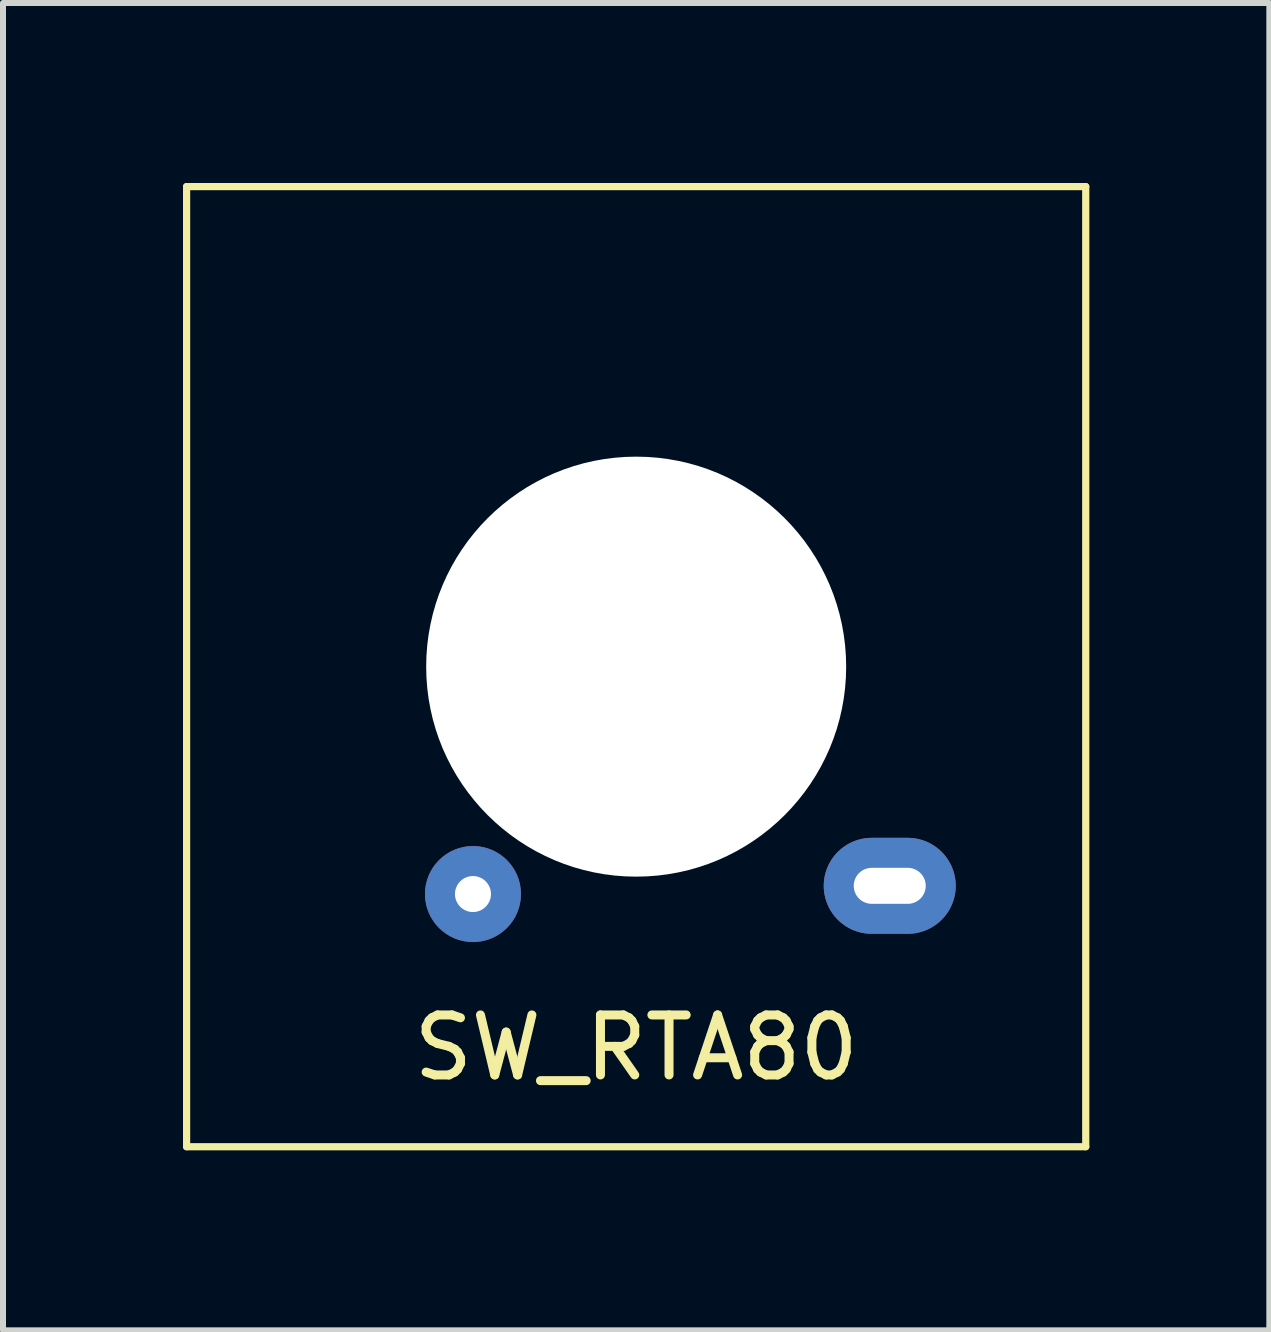
<source format=kicad_pcb>
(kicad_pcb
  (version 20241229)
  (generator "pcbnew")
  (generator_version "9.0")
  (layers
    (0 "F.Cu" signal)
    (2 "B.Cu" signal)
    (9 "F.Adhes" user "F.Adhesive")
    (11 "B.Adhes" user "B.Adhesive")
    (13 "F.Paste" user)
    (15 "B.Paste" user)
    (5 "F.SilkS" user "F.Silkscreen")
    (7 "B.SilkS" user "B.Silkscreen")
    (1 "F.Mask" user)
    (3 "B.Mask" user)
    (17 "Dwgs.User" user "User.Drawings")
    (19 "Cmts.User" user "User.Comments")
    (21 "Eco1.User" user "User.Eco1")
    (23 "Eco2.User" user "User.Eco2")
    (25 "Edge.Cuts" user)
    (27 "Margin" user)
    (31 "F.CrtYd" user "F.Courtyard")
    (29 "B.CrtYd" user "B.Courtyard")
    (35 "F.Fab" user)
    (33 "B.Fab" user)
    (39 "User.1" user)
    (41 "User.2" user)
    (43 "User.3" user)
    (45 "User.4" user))
  (footprint "SW_RTA80"
    (layer "F.Cu")
    (at 7.553 8.061)
    (property "Reference" "SW_RTA80" (at 0 6.35 0) (layer "F.SilkS") (effects (font (size 1 1) (thickness 0.15))))
    (attr through_hole)
    (fp_line (start -7.493 -8.001) (end -7.493 8.001) (stroke (width 0.12) (type solid)) (layer "F.SilkS"))
    (fp_line (start -7.493 8.001) (end 7.493 8.001) (stroke (width 0.12) (type solid)) (layer "F.SilkS"))
    (fp_line (start 7.493 -8.001) (end -7.493 -8.001) (stroke (width 0.12) (type solid)) (layer "F.SilkS"))
    (fp_line (start 7.493 8.001) (end 7.493 -8.001) (stroke (width 0.12) (type solid)) (layer "F.SilkS"))
    (pad "" np_thru_hole circle (at 0 0) (size 7 7) (drill 7) (layers "*.Cu" "*.Mask"))
    (pad "1" thru_hole oval (at 4.226 3.653) (size 2.2 1.6) (drill oval 1.2 0.6) (layers "*.Cu" "*.Mask"))
    (pad "2" thru_hole circle (at -2.72 3.79) (size 1.6 1.6) (drill 0.6) (layers "*.Cu" "*.Mask")))
  (gr_rect
    (start -3 -3)
    (end 18.106 19.122)
    (stroke (width 0.1) (type default))
    (fill no)
    (layer "Edge.Cuts")))
</source>
